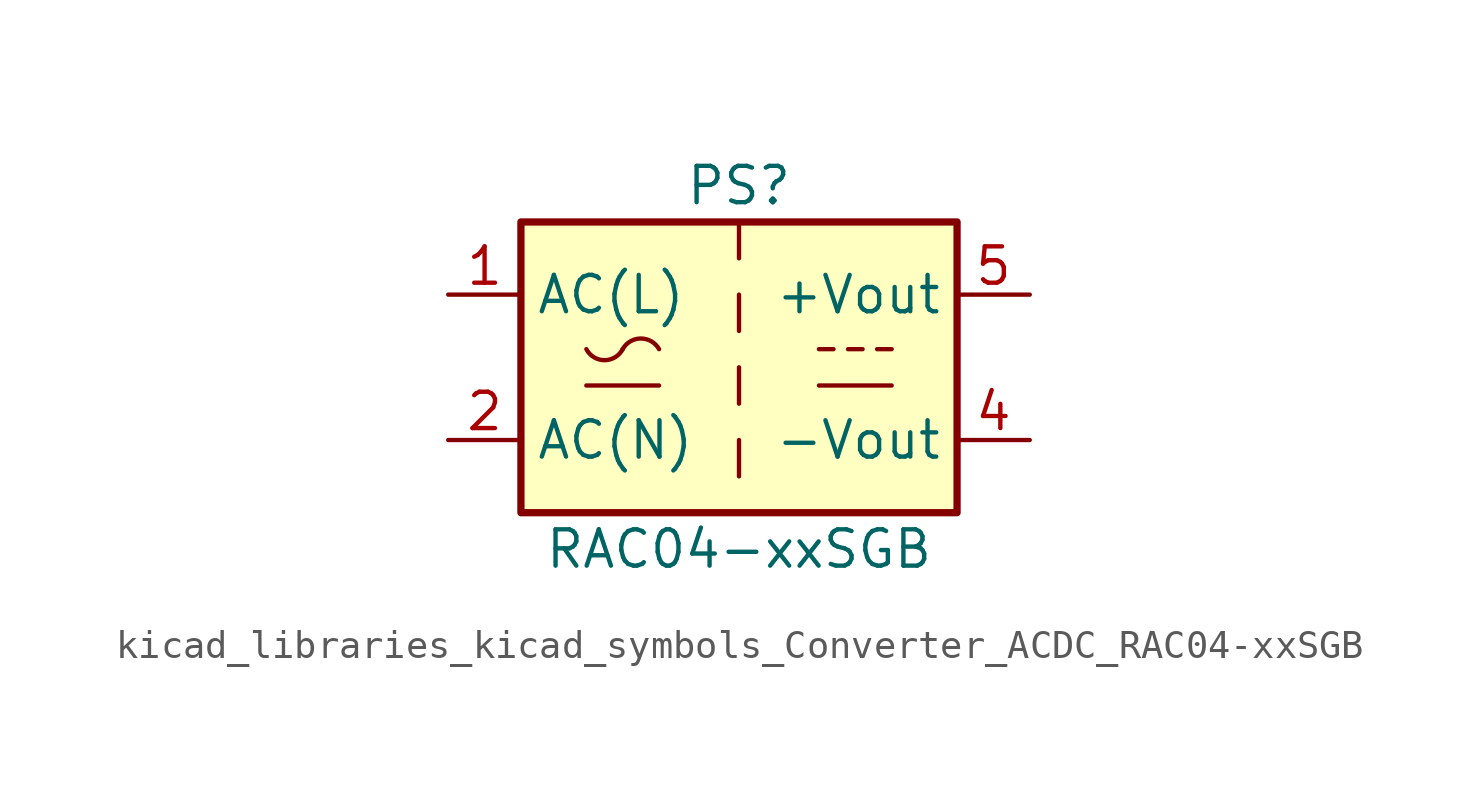
<source format=kicad_sym>
(kicad_symbol_lib
  (version 20220914)
  (generator kicad_symbol_editor)
  (symbol "kicad_libraries_kicad_symbols_Converter_ACDC_RAC04-xxSGB"
    (property "Reference" "PS"
      (at 0 6.35 0)
      (effects (font (size 1.27 1.27))))
    (property "Value" "RAC04-xxSGB"
      (at 0 -6.35 0)
      (effects (font (size 1.27 1.27))))
    (symbol "kicad_libraries_kicad_symbols_Converter_ACDC_RAC04-xxSGB_1_1"
      (rectangle (start -7.62 5.08) (end 7.62 -5.08) (stroke (width 0.254) (type default)) (fill (type background)))
      (arc (start -5.334 0.635) (mid -4.699 0.2495) (end -4.064 0.635) (stroke (width 0) (type default)) (fill (type none)))
      (arc (start -2.794 0.635) (mid -3.429 1.0072) (end -4.064 0.635) (stroke (width 0) (type default)) (fill (type none)))
      (polyline (pts (xy -5.334 -0.635) (xy -2.794 -0.635)) (stroke (width 0) (type default)) (fill (type none)))
      (polyline (pts (xy 0 -2.54) (xy 0 -3.81)) (stroke (width 0) (type default)) (fill (type none)))
      (polyline (pts (xy 0 0) (xy 0 -1.27)) (stroke (width 0) (type default)) (fill (type none)))
      (polyline (pts (xy 0 2.54) (xy 0 1.27)) (stroke (width 0) (type default)) (fill (type none)))
      (polyline (pts (xy 0 5.08) (xy 0 3.81)) (stroke (width 0) (type default)) (fill (type none)))
      (polyline (pts (xy 2.794 -0.635) (xy 5.334 -0.635)) (stroke (width 0) (type default)) (fill (type none)))
      (polyline (pts (xy 2.794 0.635) (xy 3.302 0.635)) (stroke (width 0) (type default)) (fill (type none)))
      (polyline (pts (xy 3.81 0.635) (xy 4.318 0.635)) (stroke (width 0) (type default)) (fill (type none)))
      (polyline (pts (xy 4.826 0.635) (xy 5.334 0.635)) (stroke (width 0) (type default)) (fill (type none)))
      (pin power_in line (at -10.16 2.54 0) (length 2.54) (name "AC(L)" (effects (font (size 1.27 1.27)))) (number "1" (effects (font (size 1.27 1.27)))))
      (pin power_in line (at -10.16 -2.54 0) (length 2.54) (name "AC(N)" (effects (font (size 1.27 1.27)))) (number "2" (effects (font (size 1.27 1.27)))))
      (pin no_connect line (at 7.62 0 180) (length 2.54) hide (name "NC" (effects (font (size 1.27 1.27)))) (number "3" (effects (font (size 1.27 1.27)))))
      (pin power_out line (at 10.16 -2.54 180) (length 2.54) (name "-Vout" (effects (font (size 1.27 1.27)))) (number "4" (effects (font (size 1.27 1.27)))))
      (pin power_out line (at 10.16 2.54 180) (length 2.54) (name "+Vout" (effects (font (size 1.27 1.27)))) (number "5" (effects (font (size 1.27 1.27))))))))
</source>
